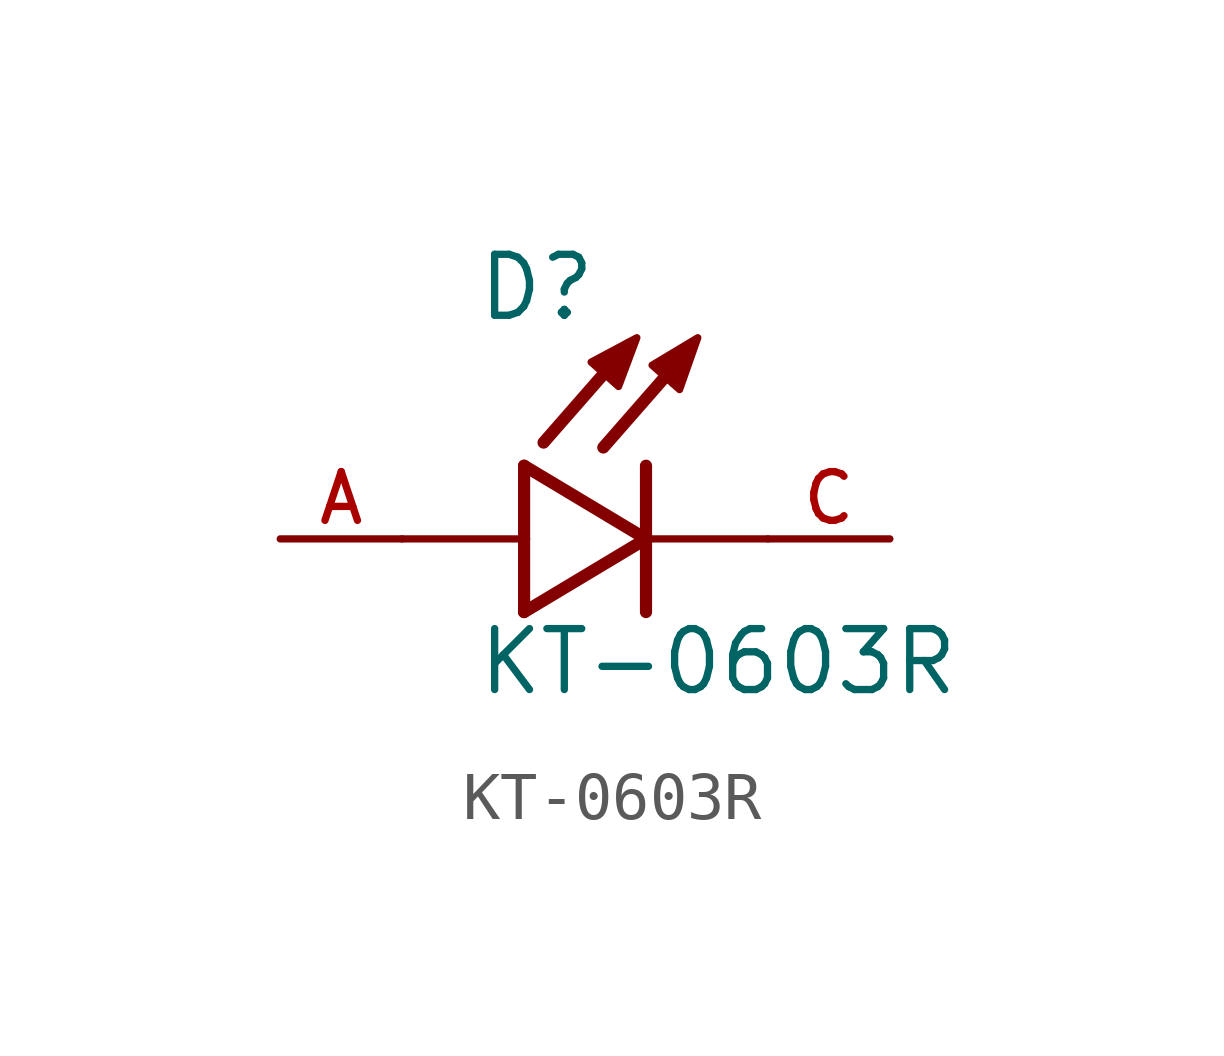
<source format=kicad_sym>
(kicad_symbol_lib
  (version 20211014)
  (generator kicad_symbol_editor)
  (symbol "KT-0603R"
    (pin_names
      (offset 1.016))
    (property "Reference" "D"
      (at -3.556 4.496 0)
      (effects (font (size 1.27 1.27)) (justify bottom left)))
    (property "Value" "KT-0603R"
      (at -3.556 -3.302 0)
      (effects (font (size 1.27 1.27)) (justify bottom left)))
    (symbol "KT-0603R_0_0"
      (polyline (pts (xy -2.54 1.524) (xy -2.54 0.0)) (stroke (width 0.254)))
      (polyline (pts (xy -2.54 0.0) (xy -2.54 -1.524)) (stroke (width 0.254)))
      (polyline (pts (xy -2.54 -1.524) (xy 0.0 0.0)) (stroke (width 0.254)))
      (polyline (pts (xy 0.0 0.0) (xy -2.54 1.524)) (stroke (width 0.254)))
      (polyline (pts (xy 0.0 1.524) (xy 0.0 0.0)) (stroke (width 0.254)))
      (polyline (pts (xy 0.0 0.0) (xy 0.0 -1.524)) (stroke (width 0.254)))
      (polyline (pts (xy -2.54 0.0) (xy -5.08 0.0)) (stroke (width 0.152)))
      (polyline (pts (xy 0.889 3.937) (xy -0.889 1.905)) (stroke (width 0.254)))
      (polyline (pts (xy -0.356 4.039) (xy -2.134 2.007)) (stroke (width 0.254)))
      (polyline (pts (xy 2.54 0.0) (xy 0.0 0.0)) (stroke (width 0.152)))
      (polyline (pts (xy -1.143 3.683) (xy -0.572 3.175) (xy -0.191 4.191) (xy -1.143 3.683)) (stroke (width 0.152)) (fill (type outline)))
      (polyline (pts (xy 0.127 3.619) (xy 0.699 3.111) (xy 1.079 4.191) (xy 0.127 3.619)) (stroke (width 0.152)) (fill (type outline)))
      (pin passive line (at 5.08 0.0 180.0) (length 2.54) (name "~" (effects (font (size 1.016 1.016)))) (number "C" (effects (font (size 1.016 1.016)))))
      (pin passive line (at -7.62 0.0 0) (length 2.54) (name "~" (effects (font (size 1.016 1.016)))) (number "A" (effects (font (size 1.016 1.016))))))))
</source>
